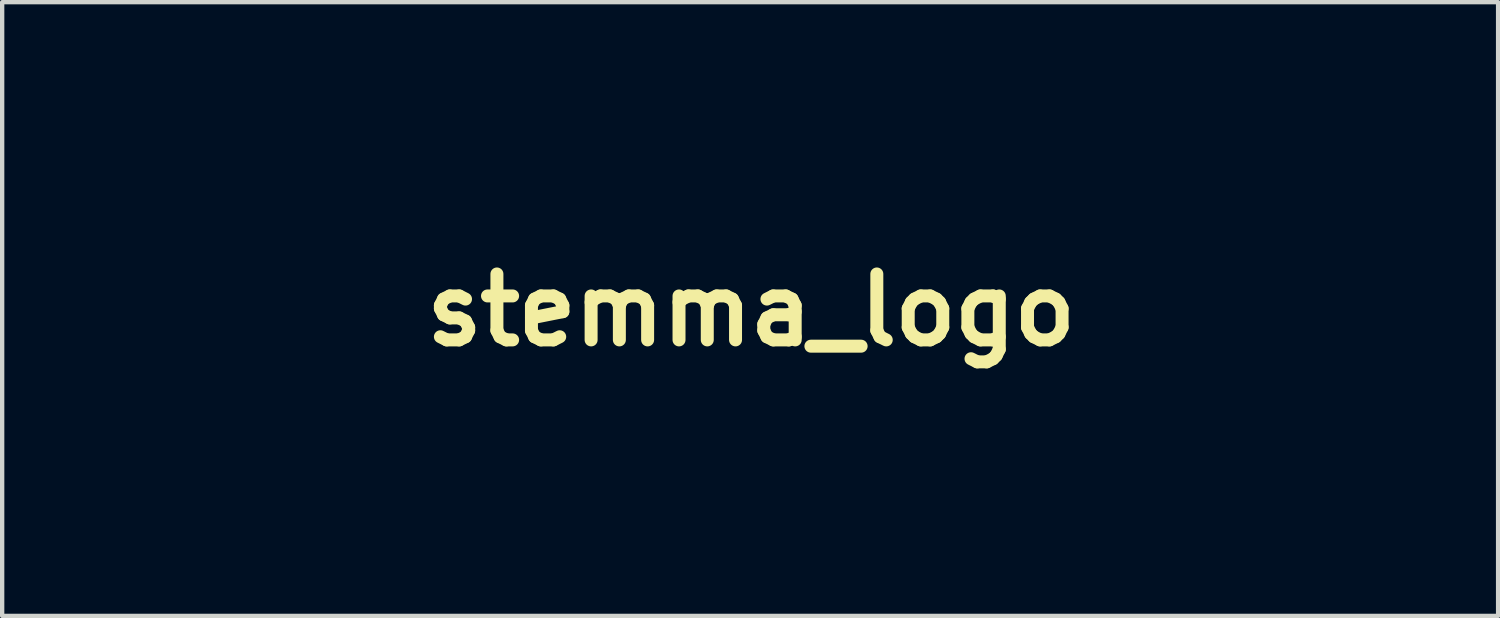
<source format=kicad_pcb>
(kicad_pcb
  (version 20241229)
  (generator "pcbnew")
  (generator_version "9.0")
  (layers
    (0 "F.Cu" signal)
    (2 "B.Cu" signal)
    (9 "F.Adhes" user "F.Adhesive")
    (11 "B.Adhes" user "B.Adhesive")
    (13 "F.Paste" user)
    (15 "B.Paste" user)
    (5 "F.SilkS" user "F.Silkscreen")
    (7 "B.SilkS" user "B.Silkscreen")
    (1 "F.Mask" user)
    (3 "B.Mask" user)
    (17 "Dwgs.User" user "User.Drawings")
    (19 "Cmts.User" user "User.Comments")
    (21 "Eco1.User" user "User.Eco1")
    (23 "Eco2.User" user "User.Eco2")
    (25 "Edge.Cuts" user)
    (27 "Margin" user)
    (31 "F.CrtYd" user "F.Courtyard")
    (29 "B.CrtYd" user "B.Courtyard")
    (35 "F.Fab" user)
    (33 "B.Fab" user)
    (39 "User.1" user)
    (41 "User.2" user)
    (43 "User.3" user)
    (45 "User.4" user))
  (footprint "stemma_logo"
    (layer "F.Cu")
    (at 14.314 4.117)
    (property "Reference" "stemma_logo" (at 0 0 0) (layer "F.SilkS") (effects (font (size 1.524 1.524) (thickness 0.3))))
    (attr through_hole)
    (fp_poly (pts (xy -2.879 4.064) (xy -4.199 4.064) (xy -4.199 2.743) (xy -2.879 2.743) (xy -2.879 4.064)) (stroke (width 0.01) (type solid)) (fill yes) (layer "F.Mask"))
    (fp_poly (pts (xy -0.948 4.064) (xy -2.269 4.064) (xy -2.269 2.743) (xy -0.948 2.743) (xy -0.948 4.064)) (stroke (width 0.01) (type solid)) (fill yes) (layer "F.Mask"))
    (fp_poly (pts (xy 2.946 4.064) (xy 1.626 4.064) (xy 1.626 2.743) (xy 2.946 2.743) (xy 2.946 4.064)) (stroke (width 0.01) (type solid)) (fill yes) (layer "F.Mask"))
    (fp_poly (pts (xy 1.016 4.064) (xy 0.355 4.064) (xy 0.114 4.063) (xy -0.067 4.059) (xy -0.194 4.053) (xy -0.274 4.043) (xy -0.315 4.03) (xy -0.324 4.021) (xy -0.328 3.974) (xy -0.332 3.871) (xy -0.333 3.725) (xy -0.333 3.545) (xy -0.331 3.369) (xy -0.322 2.76) (xy 0.347 2.751) (xy 1.016 2.742) (xy 1.016 4.064)) (stroke (width 0.01) (type solid)) (fill yes) (layer "F.Mask"))
    (fp_poly (pts (xy 6.257 2.164) (xy 6.264 2.242) (xy 6.265 2.303) (xy 6.265 2.472) (xy 6.011 2.472) (xy 5.89 2.47) (xy 5.8 2.465) (xy 5.758 2.458) (xy 5.757 2.456) (xy 5.784 2.432) (xy 5.851 2.393) (xy 5.867 2.384) (xy 5.966 2.326) (xy 6.075 2.251) (xy 6.101 2.231) (xy 6.178 2.173) (xy 6.233 2.138) (xy 6.245 2.134) (xy 6.257 2.164)) (stroke (width 0.01) (type solid)) (fill yes) (layer "F.Mask"))
    (fp_poly (pts (xy -1.279 -2.604) (xy -1.164 -2.575) (xy -1.081 -2.516) (xy -1.014 -2.428) (xy -1.002 -2.405) (xy -0.991 -2.378) (xy -0.981 -2.341) (xy -0.974 -2.291) (xy -0.967 -2.222) (xy -0.962 -2.129) (xy -0.958 -2.007) (xy -0.954 -1.852) (xy -0.952 -1.658) (xy -0.95 -1.421) (xy -0.949 -1.136) (xy -0.949 -0.798) (xy -0.948 -0.403) (xy -0.948 0.056) (xy -0.948 0.076) (xy -0.948 2.472) (xy -2.269 2.472) (xy -2.269 -2.266) (xy -2.158 -2.351) (xy -1.926 -2.493) (xy -1.679 -2.582) (xy -1.442 -2.612) (xy -1.279 -2.604)) (stroke (width 0.01) (type solid)) (fill yes) (layer "F.Mask"))
    (fp_poly (pts (xy 2.619 -2.596) (xy 2.76 -2.543) (xy 2.858 -2.45) (xy 2.891 -2.392) (xy 2.902 -2.364) (xy 2.911 -2.326) (xy 2.919 -2.272) (xy 2.926 -2.199) (xy 2.931 -2.1) (xy 2.936 -1.971) (xy 2.939 -1.808) (xy 2.942 -1.606) (xy 2.944 -1.359) (xy 2.945 -1.064) (xy 2.946 -0.714) (xy 2.946 -0.306) (xy 2.946 0.098) (xy 2.946 2.472) (xy 1.625 2.472) (xy 1.643 -2.32) (xy 1.93 -2.466) (xy 2.08 -2.538) (xy 2.193 -2.582) (xy 2.293 -2.605) (xy 2.4 -2.612) (xy 2.426 -2.612) (xy 2.619 -2.596)) (stroke (width 0.01) (type solid)) (fill yes) (layer "F.Mask"))
    (fp_poly (pts (xy 14.258 -3.556) (xy 13.753 -3.556) (xy 13.553 -3.555) (xy 13.411 -3.551) (xy 13.316 -3.544) (xy 13.261 -3.531) (xy 13.234 -3.514) (xy 13.23 -3.505) (xy 13.227 -3.464) (xy 13.224 -3.361) (xy 13.221 -3.2) (xy 13.219 -2.985) (xy 13.216 -2.723) (xy 13.214 -2.418) (xy 13.213 -2.076) (xy 13.211 -1.7) (xy 13.21 -1.296) (xy 13.209 -0.869) (xy 13.209 -0.5) (xy 13.208 2.455) (xy 12.937 2.465) (xy 12.666 2.475) (xy 12.666 -3.556) (xy 11.65 -3.556) (xy 11.65 -4.064) (xy 14.258 -4.064) (xy 14.258 -3.556)) (stroke (width 0.01) (type solid)) (fill yes) (layer "F.Mask"))
    (fp_poly (pts (xy -6.687 -2.607) (xy -6.536 -2.57) (xy -6.419 -2.501) (xy -6.32 -2.394) (xy -6.297 -2.36) (xy -6.28 -2.321) (xy -6.267 -2.267) (xy -6.257 -2.189) (xy -6.25 -2.08) (xy -6.245 -1.928) (xy -6.241 -1.727) (xy -6.238 -1.488) (xy -6.228 -0.677) (xy -7.591 -0.677) (xy -7.58 -1.465) (xy -7.576 -1.719) (xy -7.572 -1.915) (xy -7.566 -2.062) (xy -7.558 -2.169) (xy -7.547 -2.245) (xy -7.532 -2.301) (xy -7.513 -2.345) (xy -7.501 -2.365) (xy -7.4 -2.485) (xy -7.26 -2.565) (xy -7.073 -2.608) (xy -6.887 -2.618) (xy -6.687 -2.607)) (stroke (width 0.01) (type solid)) (fill yes) (layer "F.Mask"))
    (fp_poly (pts (xy -3.187 -2.602) (xy -3.074 -2.565) (xy -2.989 -2.492) (xy -2.945 -2.428) (xy -2.932 -2.405) (xy -2.921 -2.378) (xy -2.912 -2.341) (xy -2.904 -2.291) (xy -2.897 -2.222) (xy -2.892 -2.129) (xy -2.888 -2.007) (xy -2.885 -1.852) (xy -2.882 -1.658) (xy -2.881 -1.421) (xy -2.88 -1.136) (xy -2.879 -0.798) (xy -2.879 -0.403) (xy -2.879 0.056) (xy -2.879 0.076) (xy -2.879 2.472) (xy -4.199 2.472) (xy -4.199 -2.27) (xy -4.012 -2.39) (xy -3.797 -2.511) (xy -3.599 -2.582) (xy -3.4 -2.611) (xy -3.347 -2.612) (xy -3.187 -2.602)) (stroke (width 0.01) (type solid)) (fill yes) (layer "F.Mask"))
    (fp_poly (pts (xy 6.242 -0.374) (xy 6.251 -0.278) (xy 6.258 -0.116) (xy 6.262 0.112) (xy 6.265 0.406) (xy 6.265 0.625) (xy 6.265 1.656) (xy 5.986 1.793) (xy 5.734 1.896) (xy 5.505 1.948) (xy 5.306 1.947) (xy 5.231 1.93) (xy 5.133 1.882) (xy 5.044 1.81) (xy 5.044 1.81) (xy 5.016 1.778) (xy 4.995 1.743) (xy 4.979 1.696) (xy 4.969 1.626) (xy 4.962 1.524) (xy 4.957 1.379) (xy 4.953 1.181) (xy 4.951 1.058) (xy 4.948 0.774) (xy 4.951 0.548) (xy 4.968 0.37) (xy 5.004 0.232) (xy 5.064 0.124) (xy 5.155 0.035) (xy 5.283 -0.043) (xy 5.453 -0.121) (xy 5.672 -0.207) (xy 5.747 -0.236) (xy 5.911 -0.297) (xy 6.053 -0.349) (xy 6.161 -0.386) (xy 6.222 -0.405) (xy 6.23 -0.406) (xy 6.242 -0.374)) (stroke (width 0.01) (type solid)) (fill yes) (layer "F.Mask"))
    (fp_poly (pts (xy 0.701 -2.596) (xy 0.82 -2.558) (xy 0.869 -2.514) (xy 0.925 -2.432) (xy 0.947 -2.39) (xy 0.96 -2.361) (xy 0.972 -2.33) (xy 0.982 -2.292) (xy 0.99 -2.241) (xy 0.997 -2.174) (xy 1.002 -2.085) (xy 1.006 -1.968) (xy 1.009 -1.82) (xy 1.01 -1.635) (xy 1.011 -1.408) (xy 1.011 -1.134) (xy 1.011 -0.808) (xy 1.01 -0.426) (xy 1.008 0.019) (xy 1.008 0.104) (xy 0.999 2.455) (xy 0.353 2.465) (xy 0.151 2.466) (xy -0.028 2.465) (xy -0.173 2.462) (xy -0.272 2.458) (xy -0.315 2.451) (xy -0.315 2.45) (xy -0.319 2.413) (xy -0.323 2.314) (xy -0.326 2.159) (xy -0.33 1.951) (xy -0.332 1.699) (xy -0.335 1.406) (xy -0.336 1.079) (xy -0.338 0.722) (xy -0.339 0.342) (xy -0.339 0.081) (xy -0.339 -2.266) (xy -0.229 -2.348) (xy 0.001 -2.489) (xy 0.24 -2.579) (xy 0.478 -2.615) (xy 0.701 -2.596)) (stroke (width 0.01) (type solid)) (fill yes) (layer "F.Mask"))
    (fp_poly (pts (xy 10.116 -4.111) (xy 10.273 -4.105) (xy 10.394 -4.093) (xy 10.493 -4.073) (xy 10.564 -4.051) (xy 10.773 -3.944) (xy 10.954 -3.786) (xy 11.091 -3.592) (xy 11.113 -3.547) (xy 11.193 -3.37) (xy 11.202 -0.916) (xy 11.204 -0.449) (xy 11.206 -0.044) (xy 11.206 0.302) (xy 11.207 0.596) (xy 11.206 0.843) (xy 11.205 1.046) (xy 11.202 1.213) (xy 11.198 1.347) (xy 11.194 1.453) (xy 11.188 1.537) (xy 11.18 1.604) (xy 11.171 1.659) (xy 11.16 1.706) (xy 11.147 1.751) (xy 11.141 1.771) (xy 11.083 1.931) (xy 11.009 2.054) (xy 10.922 2.152) (xy 10.828 2.236) (xy 10.738 2.299) (xy 10.686 2.323) (xy 10.624 2.349) (xy 10.608 2.377) (xy 10.641 2.402) (xy 10.724 2.447) (xy 10.844 2.506) (xy 10.973 2.565) (xy 11.115 2.628) (xy 11.232 2.68) (xy 11.312 2.717) (xy 11.341 2.731) (xy 11.333 2.763) (xy 11.295 2.832) (xy 11.238 2.921) (xy 11.175 3.013) (xy 11.115 3.092) (xy 11.071 3.141) (xy 11.057 3.149) (xy 11.018 3.133) (xy 10.932 3.086) (xy 10.808 3.015) (xy 10.658 2.926) (xy 10.531 2.85) (xy 10.352 2.741) (xy 10.217 2.661) (xy 10.114 2.607) (xy 10.031 2.571) (xy 9.955 2.55) (xy 9.871 2.537) (xy 9.769 2.528) (xy 9.753 2.527) (xy 9.592 2.509) (xy 9.431 2.482) (xy 9.301 2.453) (xy 9.287 2.449) (xy 9.091 2.358) (xy 8.913 2.217) (xy 8.771 2.042) (xy 8.732 1.972) (xy 8.653 1.812) (xy 8.643 -0.724) (xy 8.642 -1.222) (xy 8.64 -1.656) (xy 8.639 -2.032) (xy 8.64 -2.355) (xy 8.642 -2.628) (xy 8.646 -2.858) (xy 8.652 -3.049) (xy 8.659 -3.169) (xy 9.178 -3.169) (xy 9.178 1.577) (xy 9.254 1.726) (xy 9.323 1.836) (xy 9.405 1.912) (xy 9.515 1.962) (xy 9.664 1.988) (xy 9.864 1.998) (xy 9.915 1.998) (xy 10.09 1.995) (xy 10.216 1.986) (xy 10.309 1.966) (xy 10.388 1.935) (xy 10.398 1.93) (xy 10.445 1.907) (xy 10.485 1.886) (xy 10.52 1.863) (xy 10.55 1.832) (xy 10.575 1.79) (xy 10.595 1.731) (xy 10.612 1.65) (xy 10.625 1.544) (xy 10.634 1.408) (xy 10.641 1.236) (xy 10.646 1.025) (xy 10.649 0.769) (xy 10.651 0.464) (xy 10.651 0.105) (xy 10.651 -0.312) (xy 10.651 -0.792) (xy 10.651 -0.796) (xy 10.651 -1.261) (xy 10.651 -1.663) (xy 10.65 -2.007) (xy 10.649 -2.298) (xy 10.648 -2.54) (xy 10.646 -2.739) (xy 10.643 -2.899) (xy 10.639 -3.026) (xy 10.634 -3.123) (xy 10.627 -3.196) (xy 10.62 -3.25) (xy 10.611 -3.289) (xy 10.6 -3.319) (xy 10.588 -3.343) (xy 10.582 -3.353) (xy 10.511 -3.45) (xy 10.421 -3.518) (xy 10.301 -3.561) (xy 10.138 -3.583) (xy 9.923 -3.59) (xy 9.708 -3.584) (xy 9.549 -3.563) (xy 9.432 -3.522) (xy 9.345 -3.456) (xy 9.276 -3.361) (xy 9.254 -3.32) (xy 9.178 -3.169) (xy 8.659 -3.169) (xy 8.661 -3.204) (xy 8.673 -3.33) (xy 8.689 -3.431) (xy 8.709 -3.511) (xy 8.732 -3.576) (xy 8.761 -3.629) (xy 8.794 -3.677) (xy 8.833 -3.723) (xy 8.878 -3.772) (xy 8.891 -3.787) (xy 9.006 -3.901) (xy 9.124 -3.986) (xy 9.259 -4.045) (xy 9.424 -4.083) (xy 9.629 -4.104) (xy 9.889 -4.112) (xy 9.906 -4.112) (xy 10.116 -4.111)) (stroke (width 0.01) (type solid)) (fill yes) (layer "F.Mask"))
    (fp_poly (pts (xy -9.889 -3.152) (xy -10.516 -3.133) (xy -10.525 -2.853) (xy -10.535 -2.574) (xy -9.889 -2.574) (xy -9.889 2.472) (xy -10.727 2.471) (xy -10.986 2.47) (xy -11.184 2.469) (xy -11.327 2.467) (xy -11.424 2.463) (xy -11.479 2.457) (xy -11.501 2.448) (xy -11.495 2.435) (xy -11.47 2.419) (xy -11.453 2.41) (xy -11.272 2.28) (xy -11.115 2.106) (xy -11.003 1.91) (xy -11 1.902) (xy -10.973 1.829) (xy -10.953 1.759) (xy -10.939 1.678) (xy -10.93 1.575) (xy -10.925 1.438) (xy -10.923 1.255) (xy -10.922 1.066) (xy -10.922 0.422) (xy -11.032 0.198) (xy -11.081 0.105) (xy -11.134 0.023) (xy -11.198 -0.054) (xy -11.282 -0.133) (xy -11.391 -0.219) (xy -11.535 -0.319) (xy -11.72 -0.44) (xy -11.955 -0.587) (xy -12.006 -0.619) (xy -12.239 -0.766) (xy -12.421 -0.885) (xy -12.558 -0.983) (xy -12.658 -1.066) (xy -12.727 -1.139) (xy -12.774 -1.207) (xy -12.799 -1.264) (xy -12.813 -1.332) (xy -12.824 -1.453) (xy -12.832 -1.61) (xy -12.835 -1.786) (xy -12.835 -1.823) (xy -12.834 -2.016) (xy -12.829 -2.154) (xy -12.82 -2.252) (xy -12.804 -2.322) (xy -12.779 -2.377) (xy -12.769 -2.394) (xy -12.686 -2.499) (xy -12.577 -2.569) (xy -12.432 -2.609) (xy -12.237 -2.624) (xy -12.192 -2.624) (xy -11.986 -2.616) (xy -11.834 -2.587) (xy -11.721 -2.534) (xy -11.637 -2.451) (xy -11.608 -2.409) (xy -11.579 -2.356) (xy -11.557 -2.299) (xy -11.543 -2.225) (xy -11.533 -2.123) (xy -11.526 -1.978) (xy -11.521 -1.78) (xy -11.52 -1.753) (xy -11.509 -1.219) (xy -10.933 -1.219) (xy -10.946 -1.82) (xy -10.953 -2.076) (xy -10.965 -2.276) (xy -10.984 -2.432) (xy -11.012 -2.555) (xy -11.052 -2.658) (xy -11.107 -2.752) (xy -11.173 -2.841) (xy -11.28 -2.946) (xy -11.42 -3.043) (xy -11.474 -3.072) (xy -11.552 -3.108) (xy -11.621 -3.134) (xy -11.695 -3.151) (xy -11.789 -3.161) (xy -11.916 -3.165) (xy -12.092 -3.166) (xy -12.175 -3.167) (xy -12.376 -3.166) (xy -12.524 -3.162) (xy -12.632 -3.154) (xy -12.716 -3.139) (xy -12.789 -3.117) (xy -12.862 -3.086) (xy -13.054 -2.965) (xy -13.219 -2.795) (xy -13.341 -2.595) (xy -13.367 -2.529) (xy -13.39 -2.451) (xy -13.407 -2.361) (xy -13.418 -2.248) (xy -13.425 -2.099) (xy -13.428 -1.902) (xy -13.428 -1.744) (xy -13.428 -1.133) (xy -13.318 -0.909) (xy -13.269 -0.816) (xy -13.217 -0.735) (xy -13.153 -0.658) (xy -13.07 -0.58) (xy -12.961 -0.495) (xy -12.818 -0.394) (xy -12.633 -0.273) (xy -12.399 -0.125) (xy -12.361 -0.101) (xy -12.142 0.036) (xy -11.973 0.145) (xy -11.846 0.231) (xy -11.754 0.3) (xy -11.688 0.358) (xy -11.642 0.412) (xy -11.607 0.467) (xy -11.579 0.525) (xy -11.545 0.641) (xy -11.522 0.805) (xy -11.51 0.998) (xy -11.51 1.203) (xy -11.521 1.399) (xy -11.543 1.569) (xy -11.576 1.695) (xy -11.584 1.713) (xy -11.658 1.824) (xy -11.763 1.899) (xy -11.909 1.944) (xy -12.105 1.963) (xy -12.184 1.964) (xy -12.409 1.949) (xy -12.58 1.904) (xy -12.704 1.826) (xy -12.79 1.71) (xy -12.802 1.686) (xy -12.828 1.619) (xy -12.847 1.543) (xy -12.859 1.445) (xy -12.865 1.312) (xy -12.868 1.13) (xy -12.869 1.024) (xy -12.869 0.508) (xy -13.45 0.508) (xy -13.439 1.143) (xy -13.435 1.366) (xy -13.43 1.534) (xy -13.423 1.658) (xy -13.412 1.75) (xy -13.396 1.822) (xy -13.373 1.886) (xy -13.342 1.953) (xy -13.333 1.972) (xy -13.264 2.087) (xy -13.174 2.203) (xy -13.077 2.304) (xy -12.987 2.376) (xy -12.918 2.404) (xy -12.916 2.405) (xy -12.861 2.428) (xy -12.852 2.438) (xy -12.869 2.458) (xy -12.939 2.47) (xy -13.049 2.475) (xy -13.184 2.473) (xy -13.331 2.465) (xy -13.475 2.452) (xy -13.604 2.433) (xy -13.702 2.41) (xy -13.71 2.408) (xy -13.919 2.3) (xy -14.1 2.132) (xy -14.218 1.964) (xy -14.309 1.812) (xy -14.309 -0.796) (xy -14.309 -1.279) (xy -14.308 -1.7) (xy -14.308 -2.062) (xy -14.307 -2.37) (xy -14.305 -2.629) (xy -14.303 -2.843) (xy -14.3 -3.017) (xy -14.296 -3.157) (xy -14.292 -3.265) (xy -14.286 -3.348) (xy -14.279 -3.409) (xy -14.271 -3.453) (xy -14.261 -3.486) (xy -14.25 -3.51) (xy -14.247 -3.516) (xy -14.141 -3.672) (xy -14.004 -3.821) (xy -13.858 -3.94) (xy -13.803 -3.973) (xy -13.772 -3.989) (xy -13.74 -4.003) (xy -13.7 -4.014) (xy -13.648 -4.023) (xy -13.577 -4.031) (xy -13.483 -4.037) (xy -13.358 -4.042) (xy -13.199 -4.045) (xy -12.998 -4.048) (xy -12.752 -4.051) (xy -12.452 -4.053) (xy -12.096 -4.055) (xy -11.777 -4.057) (xy -9.889 -4.066) (xy -9.889 -3.152)) (stroke (width 0.01) (type solid)) (fill yes) (layer "F.Mask"))
    (fp_poly (pts (xy 2.651 -4.064) (xy 3.238 -4.064) (xy 3.772 -4.063) (xy 4.256 -4.063) (xy 4.693 -4.061) (xy 5.085 -4.059) (xy 5.434 -4.057) (xy 5.744 -4.054) (xy 6.017 -4.051) (xy 6.255 -4.047) (xy 6.461 -4.041) (xy 6.638 -4.036) (xy 6.787 -4.029) (xy 6.912 -4.021) (xy 7.015 -4.012) (xy 7.099 -4.002) (xy 7.166 -3.991) (xy 7.218 -3.978) (xy 7.259 -3.964) (xy 7.291 -3.949) (xy 7.316 -3.933) (xy 7.337 -3.914) (xy 7.356 -3.895) (xy 7.377 -3.873) (xy 7.4 -3.85) (xy 7.41 -3.842) (xy 7.506 -3.74) (xy 7.597 -3.614) (xy 7.634 -3.549) (xy 7.722 -3.373) (xy 7.721 -0.798) (xy 7.721 -0.317) (xy 7.72 0.1) (xy 7.72 0.459) (xy 7.718 0.765) (xy 7.717 1.022) (xy 7.714 1.234) (xy 7.711 1.407) (xy 7.707 1.546) (xy 7.703 1.654) (xy 7.697 1.737) (xy 7.69 1.799) (xy 7.681 1.846) (xy 7.671 1.881) (xy 7.66 1.91) (xy 7.658 1.913) (xy 7.526 2.125) (xy 7.345 2.294) (xy 7.127 2.412) (xy 6.985 2.454) (xy 6.875 2.478) (xy 6.875 0.183) (xy 6.874 -0.354) (xy 6.873 -0.828) (xy 6.87 -1.24) (xy 6.865 -1.588) (xy 6.86 -1.871) (xy 6.854 -2.089) (xy 6.846 -2.24) (xy 6.838 -2.324) (xy 6.763 -2.579) (xy 6.637 -2.797) (xy 6.466 -2.97) (xy 6.255 -3.094) (xy 6.073 -3.151) (xy 5.949 -3.167) (xy 5.782 -3.177) (xy 5.598 -3.179) (xy 5.523 -3.177) (xy 5.271 -3.157) (xy 5.07 -3.115) (xy 4.904 -3.045) (xy 4.76 -2.941) (xy 4.656 -2.837) (xy 4.568 -2.728) (xy 4.502 -2.619) (xy 4.456 -2.495) (xy 4.426 -2.345) (xy 4.409 -2.157) (xy 4.403 -1.918) (xy 4.403 -1.823) (xy 4.403 -1.321) (xy 4.972 -1.321) (xy 4.984 -1.803) (xy 4.989 -1.996) (xy 4.996 -2.135) (xy 5.006 -2.231) (xy 5.022 -2.3) (xy 5.046 -2.352) (xy 5.077 -2.4) (xy 5.182 -2.507) (xy 5.322 -2.576) (xy 5.507 -2.61) (xy 5.646 -2.615) (xy 5.843 -2.601) (xy 5.994 -2.554) (xy 6.113 -2.468) (xy 6.177 -2.394) (xy 6.202 -2.356) (xy 6.22 -2.314) (xy 6.233 -2.255) (xy 6.241 -2.171) (xy 6.246 -2.05) (xy 6.248 -1.883) (xy 6.248 -1.658) (xy 6.248 -1.649) (xy 6.248 -1) (xy 5.859 -0.855) (xy 5.542 -0.736) (xy 5.283 -0.635) (xy 5.073 -0.549) (xy 4.907 -0.473) (xy 4.777 -0.403) (xy 4.676 -0.336) (xy 4.597 -0.267) (xy 4.534 -0.193) (xy 4.479 -0.11) (xy 4.453 -0.065) (xy 4.352 0.119) (xy 4.352 1.033) (xy 4.352 1.306) (xy 4.353 1.52) (xy 4.355 1.685) (xy 4.36 1.808) (xy 4.367 1.9) (xy 4.378 1.968) (xy 4.393 2.022) (xy 4.413 2.071) (xy 4.433 2.111) (xy 4.518 2.244) (xy 4.627 2.357) (xy 4.649 2.374) (xy 4.785 2.472) (xy 3.558 2.472) (xy 3.548 -0.045) (xy 3.539 -2.562) (xy 3.437 -2.761) (xy 3.332 -2.928) (xy 3.207 -3.047) (xy 3.049 -3.124) (xy 2.847 -3.166) (xy 2.707 -3.177) (xy 2.484 -3.177) (xy 2.292 -3.15) (xy 2.111 -3.088) (xy 1.918 -2.986) (xy 1.803 -2.912) (xy 1.557 -2.749) (xy 1.379 -2.925) (xy 1.249 -3.04) (xy 1.121 -3.116) (xy 0.974 -3.161) (xy 0.792 -3.18) (xy 0.656 -3.183) (xy 0.437 -3.167) (xy 0.236 -3.117) (xy 0.033 -3.025) (xy -0.189 -2.886) (xy -0.203 -2.876) (xy -0.327 -2.796) (xy -0.403 -2.761) (xy -0.432 -2.77) (xy -0.491 -2.867) (xy -0.596 -2.971) (xy -0.729 -3.065) (xy -0.786 -3.096) (xy -0.889 -3.142) (xy -0.987 -3.168) (xy -1.106 -3.18) (xy -1.251 -3.183) (xy -1.472 -3.169) (xy -1.67 -3.125) (xy -1.865 -3.044) (xy -2.078 -2.919) (xy -2.136 -2.88) (xy -2.244 -2.808) (xy -2.31 -2.771) (xy -2.349 -2.764) (xy -2.373 -2.784) (xy -2.382 -2.799) (xy -2.462 -2.902) (xy -2.581 -3.008) (xy -2.715 -3.097) (xy -2.76 -3.12) (xy -2.914 -3.165) (xy -3.105 -3.184) (xy -3.311 -3.177) (xy -3.506 -3.144) (xy -3.601 -3.115) (xy -3.73 -3.057) (xy -3.876 -2.976) (xy -3.976 -2.912) (xy -4.074 -2.845) (xy -4.147 -2.797) (xy -4.182 -2.777) (xy -4.182 -2.777) (xy -4.192 -2.808) (xy -4.201 -2.886) (xy -4.206 -2.955) (xy -4.216 -3.133) (xy -4.435 -3.143) (xy -4.563 -3.145) (xy -4.673 -3.141) (xy -4.732 -3.134) (xy -4.809 -3.114) (xy -4.809 2.472) (xy -5.529 2.47) (xy -5.772 2.469) (xy -5.953 2.466) (xy -6.08 2.461) (xy -6.157 2.454) (xy -6.192 2.444) (xy -6.19 2.431) (xy -6.185 2.428) (xy -6.032 2.325) (xy -5.924 2.236) (xy -5.845 2.146) (xy -5.781 2.04) (xy -5.753 1.982) (xy -5.667 1.755) (xy -5.615 1.505) (xy -5.594 1.217) (xy -5.595 1.016) (xy -5.605 0.694) (xy -6.181 0.694) (xy -6.198 1.157) (xy -6.206 1.349) (xy -6.215 1.487) (xy -6.228 1.582) (xy -6.247 1.648) (xy -6.273 1.698) (xy -6.286 1.716) (xy -6.382 1.822) (xy -6.493 1.891) (xy -6.635 1.931) (xy -6.823 1.946) (xy -6.892 1.946) (xy -7.093 1.938) (xy -7.243 1.91) (xy -7.357 1.857) (xy -7.449 1.773) (xy -7.49 1.719) (xy -7.515 1.683) (xy -7.533 1.646) (xy -7.547 1.599) (xy -7.557 1.533) (xy -7.563 1.439) (xy -7.567 1.308) (xy -7.569 1.132) (xy -7.569 0.901) (xy -7.569 0.762) (xy -7.569 -0.085) (xy -6.587 -0.102) (xy -5.605 -0.119) (xy -5.595 -1.016) (xy -5.594 -1.273) (xy -5.595 -1.522) (xy -5.599 -1.751) (xy -5.605 -1.948) (xy -5.613 -2.1) (xy -5.62 -2.179) (xy -5.678 -2.46) (xy -5.772 -2.689) (xy -5.908 -2.872) (xy -6.089 -3.016) (xy -6.191 -3.072) (xy -6.269 -3.108) (xy -6.338 -3.134) (xy -6.412 -3.151) (xy -6.505 -3.161) (xy -6.632 -3.165) (xy -6.807 -3.166) (xy -6.895 -3.167) (xy -7.407 -3.167) (xy -7.637 -3.048) (xy -7.856 -2.901) (xy -8.021 -2.713) (xy -8.133 -2.481) (xy -8.135 -2.478) (xy -8.144 -2.43) (xy -8.153 -2.346) (xy -8.16 -2.22) (xy -8.167 -2.05) (xy -8.172 -1.831) (xy -8.177 -1.56) (xy -8.181 -1.233) (xy -8.185 -0.846) (xy -8.188 -0.395) (xy -8.188 -0.389) (xy -8.19 0.025) (xy -8.191 0.377) (xy -8.192 0.674) (xy -8.192 0.919) (xy -8.191 1.12) (xy -8.189 1.282) (xy -8.185 1.411) (xy -8.18 1.512) (xy -8.173 1.591) (xy -8.164 1.654) (xy -8.153 1.707) (xy -8.14 1.755) (xy -8.126 1.799) (xy -8.021 2.04) (xy -7.871 2.234) (xy -7.692 2.376) (xy -7.539 2.472) (xy -9.279 2.472) (xy -9.279 -2.574) (xy -8.956 -2.574) (xy -8.633 -2.574) (xy -8.643 -2.853) (xy -8.653 -3.133) (xy -8.966 -3.142) (xy -9.279 -3.152) (xy -9.279 -4.064) (xy -1.157 -4.064) (xy -0.27 -4.064) (xy 0.551 -4.064) (xy 1.311 -4.064) (xy 2.01 -4.064) (xy 2.651 -4.064)) (stroke (width 0.01) (type solid)) (fill yes) (layer "F.Mask")))
  (gr_rect
    (start -3 -3)
    (end 31.577 11.186)
    (stroke (width 0.1) (type default))
    (fill no)
    (layer "Edge.Cuts")))
</source>
